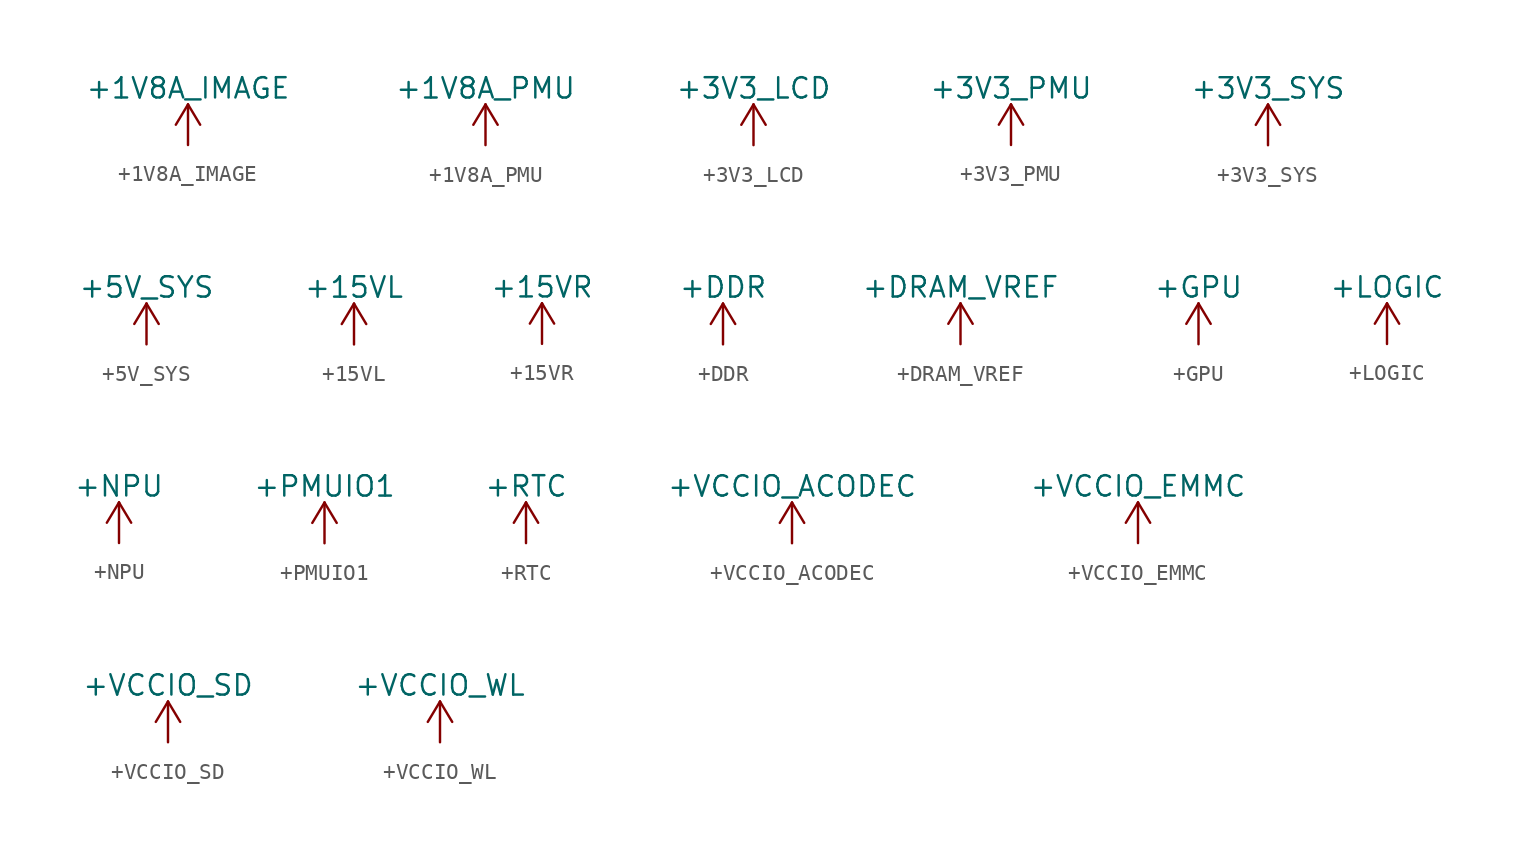
<source format=kicad_sym>
(kicad_symbol_lib
  (version 20231120)
  (generator "kicad_symbol_editor")
  (generator_version "8.0")
  (symbol "+1V8A_IMAGE"
    (power)
    (pin_names
      (offset 0))
    (property "Reference" "#PWR"
      (at 0 -3.81 0)
      (effects (font (size 1.27 1.27)) (hide yes)))
    (property "Value" "+1V8A_IMAGE"
      (at 0 3.556 0)
      (effects (font (size 1.27 1.27))))
    (symbol "+1V8A_IMAGE_0_1"
      (polyline (pts (xy -0.762 1.27) (xy 0 2.54)) (stroke (width 0) (type default)) (fill (type none)))
      (polyline (pts (xy 0 0) (xy 0 2.54)) (stroke (width 0) (type default)) (fill (type none)))
      (polyline (pts (xy 0 2.54) (xy 0.762 1.27)) (stroke (width 0) (type default)) (fill (type none))))
    (symbol "+1V8A_IMAGE_1_1"
      (pin power_in line (at 0 0 90) (length 0) hide (name "+1V8A_IMAGE" (effects (font (size 1.27 1.27)))) (number "1" (effects (font (size 1.27 1.27)))))))
  (symbol "+1V8A_PMU"
    (power)
    (pin_names
      (offset 0))
    (property "Reference" "#PWR"
      (at 0 -3.81 0)
      (effects (font (size 1.27 1.27)) (hide yes)))
    (property "Value" "+1V8A_PMU"
      (at 0 3.556 0)
      (effects (font (size 1.27 1.27))))
    (symbol "+1V8A_PMU_0_1"
      (polyline (pts (xy -0.762 1.27) (xy 0 2.54)) (stroke (width 0) (type default)) (fill (type none)))
      (polyline (pts (xy 0 0) (xy 0 2.54)) (stroke (width 0) (type default)) (fill (type none)))
      (polyline (pts (xy 0 2.54) (xy 0.762 1.27)) (stroke (width 0) (type default)) (fill (type none))))
    (symbol "+1V8A_PMU_1_1"
      (pin power_in line (at 0 0 90) (length 0) hide (name "+1V8A_NPU" (effects (font (size 1.27 1.27)))) (number "1" (effects (font (size 1.27 1.27)))))))
  (symbol "+3V3_LCD"
    (power)
    (pin_names
      (offset 0))
    (property "Reference" "#PWR"
      (at 0 -3.81 0)
      (effects (font (size 1.27 1.27)) (hide yes)))
    (property "Value" "+3V3_LCD"
      (at 0 3.556 0)
      (effects (font (size 1.27 1.27))))
    (symbol "+3V3_LCD_0_1"
      (polyline (pts (xy -0.762 1.27) (xy 0 2.54)) (stroke (width 0) (type default)) (fill (type none)))
      (polyline (pts (xy 0 0) (xy 0 2.54)) (stroke (width 0) (type default)) (fill (type none)))
      (polyline (pts (xy 0 2.54) (xy 0.762 1.27)) (stroke (width 0) (type default)) (fill (type none))))
    (symbol "+3V3_LCD_1_1"
      (pin power_in line (at 0 0 90) (length 0) hide (name "+3V3_LCD" (effects (font (size 1.27 1.27)))) (number "1" (effects (font (size 1.27 1.27)))))))
  (symbol "+3V3_PMU"
    (power)
    (pin_names
      (offset 0))
    (property "Reference" "#PWR"
      (at 0 -3.81 0)
      (effects (font (size 1.27 1.27)) (hide yes)))
    (property "Value" "+3V3_PMU"
      (at 0 3.556 0)
      (effects (font (size 1.27 1.27))))
    (symbol "+3V3_PMU_0_1"
      (polyline (pts (xy -0.762 1.27) (xy 0 2.54)) (stroke (width 0) (type default)) (fill (type none)))
      (polyline (pts (xy 0 0) (xy 0 2.54)) (stroke (width 0) (type default)) (fill (type none)))
      (polyline (pts (xy 0 2.54) (xy 0.762 1.27)) (stroke (width 0) (type default)) (fill (type none))))
    (symbol "+3V3_PMU_1_1"
      (pin power_in line (at 0 0 90) (length 0) hide (name "+3V3_PMU" (effects (font (size 1.27 1.27)))) (number "1" (effects (font (size 1.27 1.27)))))))
  (symbol "+3V3_SYS"
    (power)
    (pin_names
      (offset 0))
    (property "Reference" "#PWR"
      (at 0 -3.81 0)
      (effects (font (size 1.27 1.27)) (hide yes)))
    (property "Value" "+3V3_SYS"
      (at 0 3.556 0)
      (effects (font (size 1.27 1.27))))
    (symbol "+3V3_SYS_0_1"
      (polyline (pts (xy -0.762 1.27) (xy 0 2.54)) (stroke (width 0) (type default)) (fill (type none)))
      (polyline (pts (xy 0 0) (xy 0 2.54)) (stroke (width 0) (type default)) (fill (type none)))
      (polyline (pts (xy 0 2.54) (xy 0.762 1.27)) (stroke (width 0) (type default)) (fill (type none))))
    (symbol "+3V3_SYS_1_1"
      (pin power_in line (at 0 0 90) (length 0) hide (name "+3V3_SYS" (effects (font (size 1.27 1.27)))) (number "1" (effects (font (size 1.27 1.27)))))))
  (symbol "+5V_SYS"
    (power)
    (pin_names
      (offset 0))
    (property "Reference" "#PWR"
      (at 0 -3.81 0)
      (effects (font (size 1.27 1.27)) (hide yes)))
    (property "Value" "+5V_SYS"
      (at 0 3.556 0)
      (effects (font (size 1.27 1.27))))
    (symbol "+5V_SYS_0_1"
      (polyline (pts (xy -0.762 1.27) (xy 0 2.54)) (stroke (width 0) (type default)) (fill (type none)))
      (polyline (pts (xy 0 0) (xy 0 2.54)) (stroke (width 0) (type default)) (fill (type none)))
      (polyline (pts (xy 0 2.54) (xy 0.762 1.27)) (stroke (width 0) (type default)) (fill (type none))))
    (symbol "+5V_SYS_1_1"
      (pin power_in line (at 0 0 90) (length 0) hide (name "+5V_SYS" (effects (font (size 1.27 1.27)))) (number "1" (effects (font (size 1.27 1.27)))))))
  (symbol "+15VL"
    (power)
    (pin_names
      (offset 0))
    (property "Reference" "#PWR"
      (at 0 -3.81 0)
      (effects (font (size 1.27 1.27)) (hide yes)))
    (property "Value" "+15VL"
      (at 0 3.556 0)
      (effects (font (size 1.27 1.27))))
    (symbol "+15VL_0_1"
      (polyline (pts (xy -0.762 1.27) (xy 0 2.54)) (stroke (width 0) (type default)) (fill (type none)))
      (polyline (pts (xy 0 0) (xy 0 2.54)) (stroke (width 0) (type default)) (fill (type none)))
      (polyline (pts (xy 0 2.54) (xy 0.762 1.27)) (stroke (width 0) (type default)) (fill (type none))))
    (symbol "+15VL_1_1"
      (pin power_in line (at 0 0 90) (length 0) hide (name "+15VL" (effects (font (size 1.27 1.27)))) (number "1" (effects (font (size 1.27 1.27)))))))
  (symbol "+15VR"
    (power)
    (pin_names
      (offset 0))
    (property "Reference" "#PWR"
      (at 0 -3.81 0)
      (effects (font (size 1.27 1.27)) (hide yes)))
    (property "Value" "+15VR"
      (at 0 3.556 0)
      (effects (font (size 1.27 1.27))))
    (symbol "+15VR_0_1"
      (polyline (pts (xy -0.762 1.27) (xy 0 2.54)) (stroke (width 0) (type default)) (fill (type none)))
      (polyline (pts (xy 0 0) (xy 0 2.54)) (stroke (width 0) (type default)) (fill (type none)))
      (polyline (pts (xy 0 2.54) (xy 0.762 1.27)) (stroke (width 0) (type default)) (fill (type none))))
    (symbol "+15VR_1_1"
      (pin power_in line (at 0 0 90) (length 0) hide (name "+15VR" (effects (font (size 1.27 1.27)))) (number "1" (effects (font (size 1.27 1.27)))))))
  (symbol "+DDR"
    (power)
    (pin_names
      (offset 0))
    (property "Reference" "#PWR"
      (at 0 -3.81 0)
      (effects (font (size 1.27 1.27)) (hide yes)))
    (property "Value" "+DDR"
      (at 0 3.556 0)
      (effects (font (size 1.27 1.27))))
    (symbol "+DDR_0_1"
      (polyline (pts (xy -0.762 1.27) (xy 0 2.54)) (stroke (width 0) (type default)) (fill (type none)))
      (polyline (pts (xy 0 0) (xy 0 2.54)) (stroke (width 0) (type default)) (fill (type none)))
      (polyline (pts (xy 0 2.54) (xy 0.762 1.27)) (stroke (width 0) (type default)) (fill (type none))))
    (symbol "+DDR_1_1"
      (pin power_in line (at 0 0 90) (length 0) hide (name "+DDR" (effects (font (size 1.27 1.27)))) (number "1" (effects (font (size 1.27 1.27)))))))
  (symbol "+DRAM_VREF"
    (power)
    (pin_names
      (offset 0))
    (property "Reference" "#PWR"
      (at 0 -3.81 0)
      (effects (font (size 1.27 1.27)) (hide yes)))
    (property "Value" "+DRAM_VREF"
      (at 0 3.556 0)
      (effects (font (size 1.27 1.27))))
    (symbol "+DRAM_VREF_0_1"
      (polyline (pts (xy -0.762 1.27) (xy 0 2.54)) (stroke (width 0) (type default)) (fill (type none)))
      (polyline (pts (xy 0 0) (xy 0 2.54)) (stroke (width 0) (type default)) (fill (type none)))
      (polyline (pts (xy 0 2.54) (xy 0.762 1.27)) (stroke (width 0) (type default)) (fill (type none))))
    (symbol "+DRAM_VREF_1_1"
      (pin power_in line (at 0 0 90) (length 0) hide (name "+DRAM_VREF" (effects (font (size 1.27 1.27)))) (number "1" (effects (font (size 1.27 1.27)))))))
  (symbol "+GPU"
    (power)
    (pin_names
      (offset 0))
    (property "Reference" "#PWR"
      (at 0 -3.81 0)
      (effects (font (size 1.27 1.27)) (hide yes)))
    (property "Value" "+GPU"
      (at 0 3.556 0)
      (effects (font (size 1.27 1.27))))
    (symbol "+GPU_0_1"
      (polyline (pts (xy -0.762 1.27) (xy 0 2.54)) (stroke (width 0) (type default)) (fill (type none)))
      (polyline (pts (xy 0 0) (xy 0 2.54)) (stroke (width 0) (type default)) (fill (type none)))
      (polyline (pts (xy 0 2.54) (xy 0.762 1.27)) (stroke (width 0) (type default)) (fill (type none))))
    (symbol "+GPU_1_1"
      (pin power_in line (at 0 0 90) (length 0) hide (name "+GPU" (effects (font (size 1.27 1.27)))) (number "1" (effects (font (size 1.27 1.27)))))))
  (symbol "+LOGIC"
    (power)
    (pin_names
      (offset 0))
    (property "Reference" "#PWR"
      (at 0 -3.81 0)
      (effects (font (size 1.27 1.27)) (hide yes)))
    (property "Value" "+LOGIC"
      (at 0 3.556 0)
      (effects (font (size 1.27 1.27))))
    (symbol "+LOGIC_0_1"
      (polyline (pts (xy -0.762 1.27) (xy 0 2.54)) (stroke (width 0) (type default)) (fill (type none)))
      (polyline (pts (xy 0 0) (xy 0 2.54)) (stroke (width 0) (type default)) (fill (type none)))
      (polyline (pts (xy 0 2.54) (xy 0.762 1.27)) (stroke (width 0) (type default)) (fill (type none))))
    (symbol "+LOGIC_1_1"
      (pin power_in line (at 0 0 90) (length 0) hide (name "+LOGIC" (effects (font (size 1.27 1.27)))) (number "1" (effects (font (size 1.27 1.27)))))))
  (symbol "+NPU"
    (power)
    (pin_names
      (offset 0))
    (property "Reference" "#PWR"
      (at 0 -3.81 0)
      (effects (font (size 1.27 1.27)) (hide yes)))
    (property "Value" "+NPU"
      (at 0 3.556 0)
      (effects (font (size 1.27 1.27))))
    (symbol "+NPU_0_1"
      (polyline (pts (xy -0.762 1.27) (xy 0 2.54)) (stroke (width 0) (type default)) (fill (type none)))
      (polyline (pts (xy 0 0) (xy 0 2.54)) (stroke (width 0) (type default)) (fill (type none)))
      (polyline (pts (xy 0 2.54) (xy 0.762 1.27)) (stroke (width 0) (type default)) (fill (type none))))
    (symbol "+NPU_1_1"
      (pin power_in line (at 0 0 90) (length 0) hide (name "+NPU" (effects (font (size 1.27 1.27)))) (number "1" (effects (font (size 1.27 1.27)))))))
  (symbol "+PMUIO1"
    (power)
    (pin_names
      (offset 0))
    (property "Reference" "#PWR"
      (at 0 -3.81 0)
      (effects (font (size 1.27 1.27)) (hide yes)))
    (property "Value" "+PMUIO1"
      (at 0 3.556 0)
      (effects (font (size 1.27 1.27))))
    (symbol "+PMUIO1_0_1"
      (polyline (pts (xy -0.762 1.27) (xy 0 2.54)) (stroke (width 0) (type default)) (fill (type none)))
      (polyline (pts (xy 0 0) (xy 0 2.54)) (stroke (width 0) (type default)) (fill (type none)))
      (polyline (pts (xy 0 2.54) (xy 0.762 1.27)) (stroke (width 0) (type default)) (fill (type none))))
    (symbol "+PMUIO1_1_1"
      (pin power_in line (at 0 0 90) (length 0) hide (name "+PMUIO1" (effects (font (size 1.27 1.27)))) (number "1" (effects (font (size 1.27 1.27)))))))
  (symbol "+RTC"
    (power)
    (pin_names
      (offset 0))
    (property "Reference" "#PWR"
      (at 0 -3.81 0)
      (effects (font (size 1.27 1.27)) (hide yes)))
    (property "Value" "+RTC"
      (at 0 3.556 0)
      (effects (font (size 1.27 1.27))))
    (symbol "+RTC_0_1"
      (polyline (pts (xy -0.762 1.27) (xy 0 2.54)) (stroke (width 0) (type default)) (fill (type none)))
      (polyline (pts (xy 0 0) (xy 0 2.54)) (stroke (width 0) (type default)) (fill (type none)))
      (polyline (pts (xy 0 2.54) (xy 0.762 1.27)) (stroke (width 0) (type default)) (fill (type none))))
    (symbol "+RTC_1_1"
      (pin power_in line (at 0 0 90) (length 0) hide (name "+RTC" (effects (font (size 1.27 1.27)))) (number "1" (effects (font (size 1.27 1.27)))))))
  (symbol "+VCCIO_ACODEC"
    (power)
    (pin_names
      (offset 0))
    (property "Reference" "#PWR"
      (at 0 -3.81 0)
      (effects (font (size 1.27 1.27)) (hide yes)))
    (property "Value" "+VCCIO_ACODEC"
      (at 0 3.556 0)
      (effects (font (size 1.27 1.27))))
    (symbol "+VCCIO_ACODEC_0_1"
      (polyline (pts (xy -0.762 1.27) (xy 0 2.54)) (stroke (width 0) (type default)) (fill (type none)))
      (polyline (pts (xy 0 0) (xy 0 2.54)) (stroke (width 0) (type default)) (fill (type none)))
      (polyline (pts (xy 0 2.54) (xy 0.762 1.27)) (stroke (width 0) (type default)) (fill (type none))))
    (symbol "+VCCIO_ACODEC_1_1"
      (pin power_in line (at 0 0 90) (length 0) hide (name "+VCCIO_ACODEC" (effects (font (size 1.27 1.27)))) (number "1" (effects (font (size 1.27 1.27)))))))
  (symbol "+VCCIO_EMMC"
    (power)
    (pin_names
      (offset 0))
    (property "Reference" "#PWR"
      (at 0 -3.81 0)
      (effects (font (size 1.27 1.27)) (hide yes)))
    (property "Value" "+VCCIO_EMMC"
      (at 0 3.556 0)
      (effects (font (size 1.27 1.27))))
    (symbol "+VCCIO_EMMC_0_1"
      (polyline (pts (xy -0.762 1.27) (xy 0 2.54)) (stroke (width 0) (type default)) (fill (type none)))
      (polyline (pts (xy 0 0) (xy 0 2.54)) (stroke (width 0) (type default)) (fill (type none)))
      (polyline (pts (xy 0 2.54) (xy 0.762 1.27)) (stroke (width 0) (type default)) (fill (type none))))
    (symbol "+VCCIO_EMMC_1_1"
      (pin power_in line (at 0 0 90) (length 0) hide (name "+VCCIO_EMMC" (effects (font (size 1.27 1.27)))) (number "1" (effects (font (size 1.27 1.27)))))))
  (symbol "+VCCIO_SD"
    (power)
    (pin_names
      (offset 0))
    (property "Reference" "#PWR"
      (at 0 -3.81 0)
      (effects (font (size 1.27 1.27)) (hide yes)))
    (property "Value" "+VCCIO_SD"
      (at 0 3.556 0)
      (effects (font (size 1.27 1.27))))
    (symbol "+VCCIO_SD_0_1"
      (polyline (pts (xy -0.762 1.27) (xy 0 2.54)) (stroke (width 0) (type default)) (fill (type none)))
      (polyline (pts (xy 0 0) (xy 0 2.54)) (stroke (width 0) (type default)) (fill (type none)))
      (polyline (pts (xy 0 2.54) (xy 0.762 1.27)) (stroke (width 0) (type default)) (fill (type none))))
    (symbol "+VCCIO_SD_1_1"
      (pin power_in line (at 0 0 90) (length 0) hide (name "+VCCIO_SD" (effects (font (size 1.27 1.27)))) (number "1" (effects (font (size 1.27 1.27)))))))
  (symbol "+VCCIO_WL"
    (power)
    (pin_names
      (offset 0))
    (property "Reference" "#PWR"
      (at 0 -3.81 0)
      (effects (font (size 1.27 1.27)) (hide yes)))
    (property "Value" "+VCCIO_WL"
      (at 0 3.556 0)
      (effects (font (size 1.27 1.27))))
    (symbol "+VCCIO_WL_0_1"
      (polyline (pts (xy -0.762 1.27) (xy 0 2.54)) (stroke (width 0) (type default)) (fill (type none)))
      (polyline (pts (xy 0 0) (xy 0 2.54)) (stroke (width 0) (type default)) (fill (type none)))
      (polyline (pts (xy 0 2.54) (xy 0.762 1.27)) (stroke (width 0) (type default)) (fill (type none))))
    (symbol "+VCCIO_WL_1_1"
      (pin power_in line (at 0 0 90) (length 0) hide (name "+VCCIO_WL" (effects (font (size 1.27 1.27)))) (number "1" (effects (font (size 1.27 1.27))))))))
</source>
